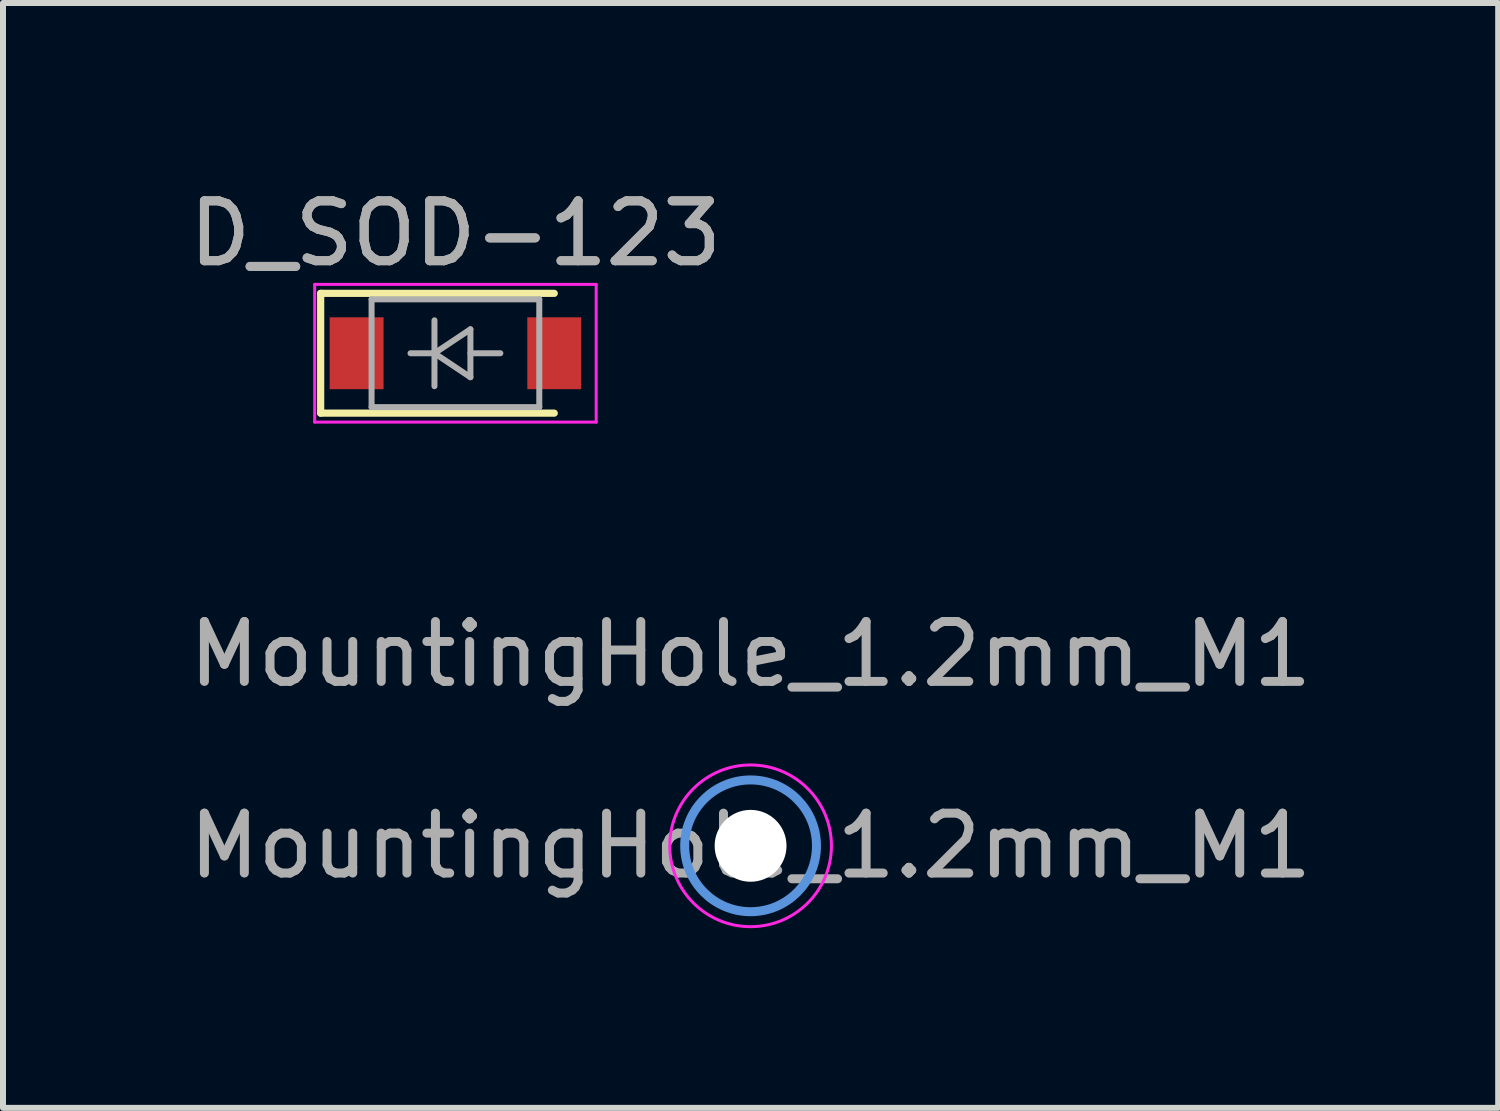
<source format=kicad_pcb>
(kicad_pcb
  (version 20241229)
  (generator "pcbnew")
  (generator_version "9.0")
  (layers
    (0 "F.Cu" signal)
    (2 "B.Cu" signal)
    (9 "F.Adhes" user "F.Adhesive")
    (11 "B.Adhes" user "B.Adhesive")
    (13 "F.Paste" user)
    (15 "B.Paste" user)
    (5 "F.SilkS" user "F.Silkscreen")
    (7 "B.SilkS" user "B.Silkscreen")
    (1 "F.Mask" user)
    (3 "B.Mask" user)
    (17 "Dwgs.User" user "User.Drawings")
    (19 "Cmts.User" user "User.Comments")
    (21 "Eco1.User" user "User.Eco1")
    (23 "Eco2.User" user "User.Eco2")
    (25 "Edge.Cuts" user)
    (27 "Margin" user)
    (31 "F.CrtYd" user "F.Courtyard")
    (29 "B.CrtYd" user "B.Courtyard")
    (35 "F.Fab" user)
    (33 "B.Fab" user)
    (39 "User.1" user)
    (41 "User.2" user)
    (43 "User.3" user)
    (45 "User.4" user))
  (footprint "D_SOD-123"
    (layer "F.Cu")
    (at 4.554 2.848)
    (property "Reference" "D_SOD-123" (at 0 -2 0) (layer "F.Fab") (effects (font (size 1 1) (thickness 0.15))))
    (attr smd)
    (fp_line (start -2.25 -1) (end -2.25 1) (stroke (width 0.12) (type solid)) (layer "F.SilkS"))
    (fp_line (start -2.25 -1) (end 1.65 -1) (stroke (width 0.12) (type solid)) (layer "F.SilkS"))
    (fp_line (start -2.25 1) (end 1.65 1) (stroke (width 0.12) (type solid)) (layer "F.SilkS"))
    (fp_line (start -2.35 -1.15) (end -2.35 1.15) (stroke (width 0.05) (type solid)) (layer "F.CrtYd"))
    (fp_line (start -2.35 -1.15) (end 2.35 -1.15) (stroke (width 0.05) (type solid)) (layer "F.CrtYd"))
    (fp_line (start 2.35 -1.15) (end 2.35 1.15) (stroke (width 0.05) (type solid)) (layer "F.CrtYd"))
    (fp_line (start 2.35 1.15) (end -2.35 1.15) (stroke (width 0.05) (type solid)) (layer "F.CrtYd"))
    (fp_line (start -1.4 -0.9) (end 1.4 -0.9) (stroke (width 0.1) (type solid)) (layer "F.Fab"))
    (fp_line (start -1.4 0.9) (end -1.4 -0.9) (stroke (width 0.1) (type solid)) (layer "F.Fab"))
    (fp_line (start -0.75 0) (end -0.35 0) (stroke (width 0.1) (type solid)) (layer "F.Fab"))
    (fp_line (start -0.35 0) (end -0.35 -0.55) (stroke (width 0.1) (type solid)) (layer "F.Fab"))
    (fp_line (start -0.35 0) (end -0.35 0.55) (stroke (width 0.1) (type solid)) (layer "F.Fab"))
    (fp_line (start -0.35 0) (end 0.25 -0.4) (stroke (width 0.1) (type solid)) (layer "F.Fab"))
    (fp_line (start 0.25 -0.4) (end 0.25 0.4) (stroke (width 0.1) (type solid)) (layer "F.Fab"))
    (fp_line (start 0.25 0) (end 0.75 0) (stroke (width 0.1) (type solid)) (layer "F.Fab"))
    (fp_line (start 0.25 0.4) (end -0.35 0) (stroke (width 0.1) (type solid)) (layer "F.Fab"))
    (fp_line (start 1.4 -0.9) (end 1.4 0.9) (stroke (width 0.1) (type solid)) (layer "F.Fab"))
    (fp_line (start 1.4 0.9) (end -1.4 0.9) (stroke (width 0.1) (type solid)) (layer "F.Fab"))
    (fp_text user "${REFERENCE}" (at 0 -2 0) (layer "F.Fab") (effects (font (size 1 1) (thickness 0.15))))
    (pad "1" smd rect (at -1.65 0) (size 0.9 1.2) (layers "F.Cu" "F.Mask" "F.Paste"))
    (pad "2" smd rect (at 1.65 0) (size 0.9 1.2) (layers "F.Cu" "F.Mask" "F.Paste")))
  (footprint "MountingHole_1.2mm_M1"
    (layer "F.Cu")
    (at 9.482 11.072)
    (property "Reference" "MountingHole_1.2mm_M1" (at 0 -3.2 0) (layer "F.Fab") (effects (font (size 1 1) (thickness 0.15))))
    (attr exclude_from_pos_files exclude_from_bom)
    (fp_circle (center 0 0) (end 1.1 0) (stroke (width 0.15) (type solid)) (fill no) (layer "Cmts.User"))
    (fp_circle (center 0 0) (end 1.35 0) (stroke (width 0.05) (type solid)) (fill no) (layer "F.CrtYd"))
    (fp_text user "${REFERENCE}" (at 0 0 0) (layer "F.Fab") (effects (font (size 1 1) (thickness 0.15))))
    (pad "" np_thru_hole circle (at 0 0) (size 1.2 1.2) (drill 1.2) (layers "*.Cu" "*.Mask")))
  (gr_rect
    (start -3 -3)
    (end 21.964 15.447)
    (stroke (width 0.1) (type default))
    (fill no)
    (layer "Edge.Cuts")))
</source>
